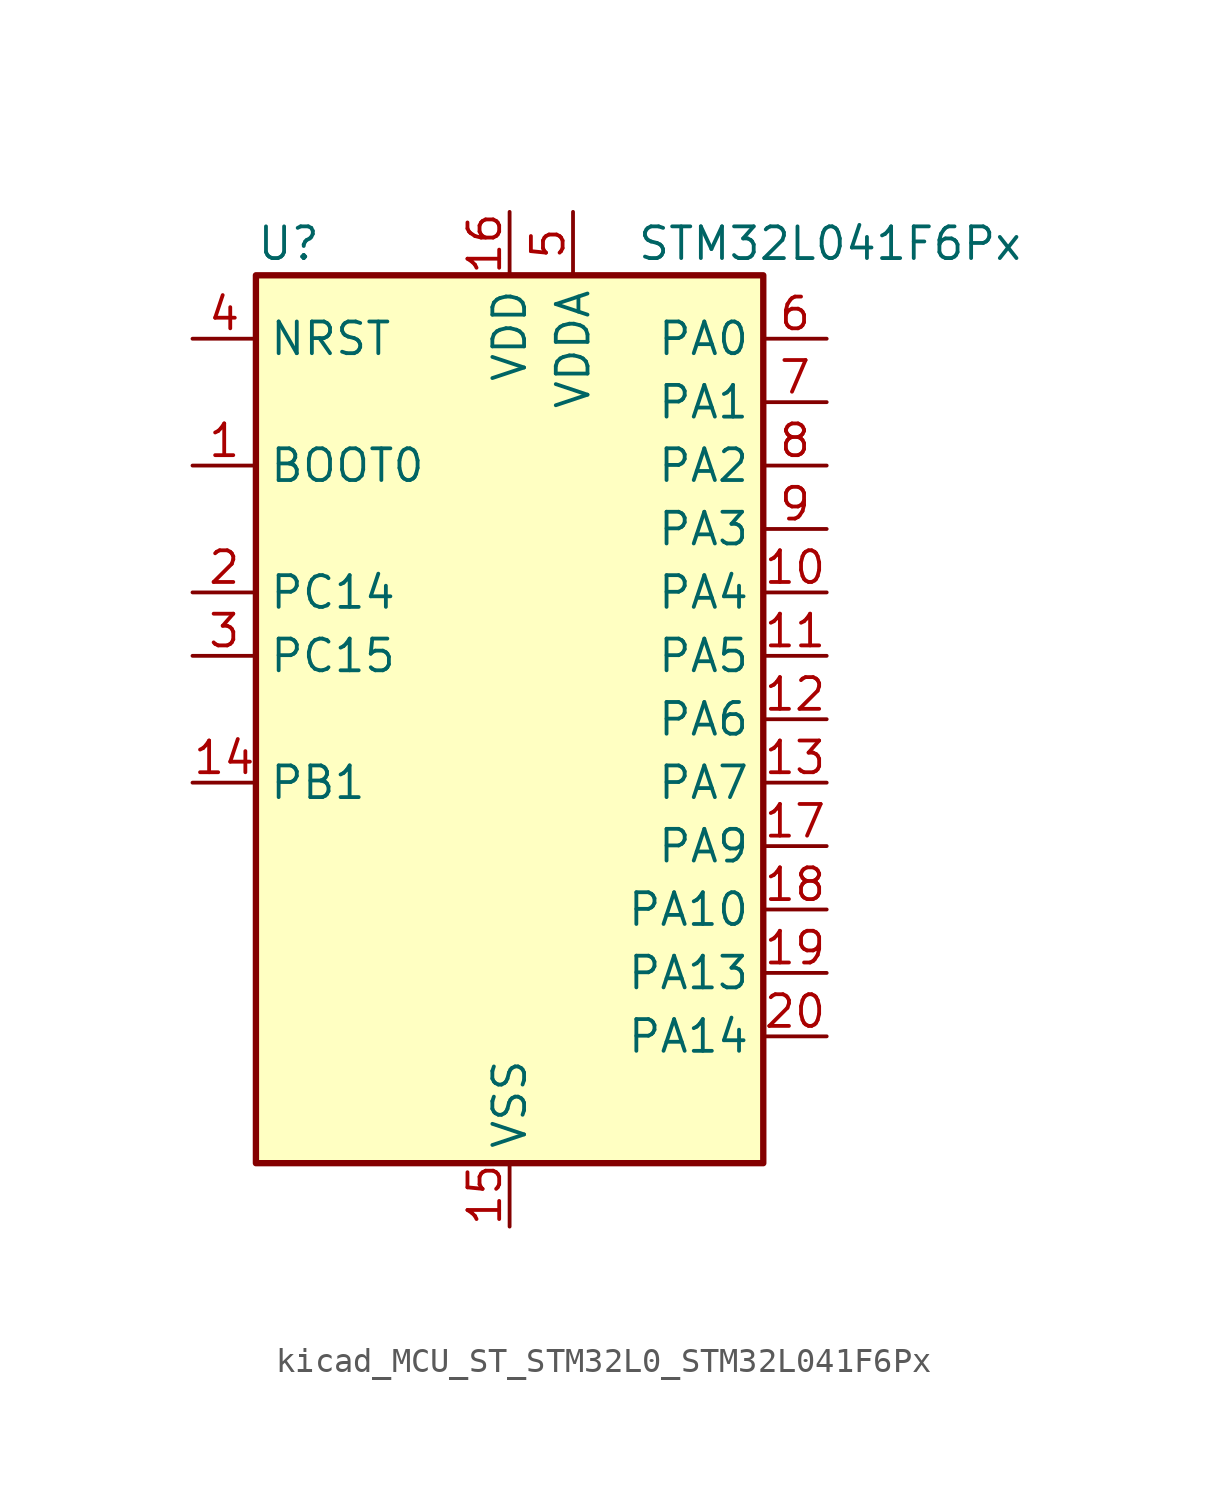
<source format=kicad_sym>
(kicad_symbol_lib
  (version 20220914)
  (generator kicad_symbol_editor)
  (symbol "kicad_MCU_ST_STM32L0_STM32L041F6Px"
    (property "Reference" "U"
      (at -10.16 19.05 0)
      (effects (font (size 1.27 1.27)) (justify left)))
    (property "Value" "STM32L041F6Px"
      (at 5.08 19.05 0)
      (effects (font (size 1.27 1.27)) (justify left)))
    (property "ki_locked" ""
      (at 0 0 0)
      (effects (font (size 1.27 1.27))))
    (symbol "kicad_MCU_ST_STM32L0_STM32L041F6Px_0_1"
      (rectangle (start -10.16 -17.78) (end 10.16 17.78) (stroke (width 0.254) (type default)) (fill (type background))))
    (symbol "kicad_MCU_ST_STM32L0_STM32L041F6Px_1_1"
      (pin input line (at -12.7 10.16 0) (length 2.54) (name "BOOT0" (effects (font (size 1.27 1.27)))) (number "1" (effects (font (size 1.27 1.27)))))
      (pin bidirectional line (at 12.7 5.08 180) (length 2.54) (name "PA4" (effects (font (size 1.27 1.27)))) (number "10" (effects (font (size 1.27 1.27)))) (alternate "ADC_IN4" bidirectional line) (alternate "COMP1_INM" bidirectional line) (alternate "COMP2_INM" bidirectional line) (alternate "LPTIM1_IN1" bidirectional line) (alternate "SPI1_NSS" bidirectional line) (alternate "TIM22_ETR" bidirectional line) (alternate "USART2_CK" bidirectional line))
      (pin bidirectional line (at 12.7 2.54 180) (length 2.54) (name "PA5" (effects (font (size 1.27 1.27)))) (number "11" (effects (font (size 1.27 1.27)))) (alternate "ADC_IN5" bidirectional line) (alternate "COMP1_INM" bidirectional line) (alternate "COMP2_INM" bidirectional line) (alternate "LPTIM1_IN2" bidirectional line) (alternate "SPI1_SCK" bidirectional line) (alternate "TIM2_CH1" bidirectional line) (alternate "TIM2_ETR" bidirectional line))
      (pin bidirectional line (at 12.7 0 180) (length 2.54) (name "PA6" (effects (font (size 1.27 1.27)))) (number "12" (effects (font (size 1.27 1.27)))) (alternate "ADC_IN6" bidirectional line) (alternate "COMP1_OUT" bidirectional line) (alternate "LPTIM1_ETR" bidirectional line) (alternate "LPUART1_CTS" bidirectional line) (alternate "SPI1_MISO" bidirectional line) (alternate "TIM22_CH1" bidirectional line))
      (pin bidirectional line (at 12.7 -2.54 180) (length 2.54) (name "PA7" (effects (font (size 1.27 1.27)))) (number "13" (effects (font (size 1.27 1.27)))) (alternate "ADC_IN7" bidirectional line) (alternate "COMP2_OUT" bidirectional line) (alternate "LPTIM1_OUT" bidirectional line) (alternate "SPI1_MOSI" bidirectional line) (alternate "TIM22_CH2" bidirectional line) (alternate "USART2_CTS" bidirectional line))
      (pin bidirectional line (at -12.7 -2.54 0) (length 2.54) (name "PB1" (effects (font (size 1.27 1.27)))) (number "14" (effects (font (size 1.27 1.27)))) (alternate "ADC_IN9" bidirectional line) (alternate "LPUART1_DE" bidirectional line) (alternate "LPUART1_RTS" bidirectional line) (alternate "SPI1_MOSI" bidirectional line) (alternate "SYS_VREF_OUT_PB1" bidirectional line) (alternate "TIM2_CH4" bidirectional line) (alternate "USART2_CK" bidirectional line))
      (pin power_in line (at 0 -20.32 90) (length 2.54) (name "VSS" (effects (font (size 1.27 1.27)))) (number "15" (effects (font (size 1.27 1.27)))))
      (pin power_in line (at 0 20.32 270) (length 2.54) (name "VDD" (effects (font (size 1.27 1.27)))) (number "16" (effects (font (size 1.27 1.27)))))
      (pin bidirectional line (at 12.7 -5.08 180) (length 2.54) (name "PA9" (effects (font (size 1.27 1.27)))) (number "17" (effects (font (size 1.27 1.27)))) (alternate "I2C1_SCL" bidirectional line) (alternate "RCC_MCO" bidirectional line) (alternate "TIM22_CH1" bidirectional line) (alternate "USART2_TX" bidirectional line))
      (pin bidirectional line (at 12.7 -7.62 180) (length 2.54) (name "PA10" (effects (font (size 1.27 1.27)))) (number "18" (effects (font (size 1.27 1.27)))) (alternate "I2C1_SDA" bidirectional line) (alternate "TIM22_CH2" bidirectional line) (alternate "USART2_RX" bidirectional line))
      (pin bidirectional line (at 12.7 -10.16 180) (length 2.54) (name "PA13" (effects (font (size 1.27 1.27)))) (number "19" (effects (font (size 1.27 1.27)))) (alternate "LPTIM1_ETR" bidirectional line) (alternate "LPUART1_RX" bidirectional line) (alternate "SYS_SWDIO" bidirectional line))
      (pin bidirectional line (at -12.7 5.08 0) (length 2.54) (name "PC14" (effects (font (size 1.27 1.27)))) (number "2" (effects (font (size 1.27 1.27)))) (alternate "RCC_OSC32_IN" bidirectional line))
      (pin bidirectional line (at 12.7 -12.7 180) (length 2.54) (name "PA14" (effects (font (size 1.27 1.27)))) (number "20" (effects (font (size 1.27 1.27)))) (alternate "I2C1_SMBA" bidirectional line) (alternate "LPTIM1_OUT" bidirectional line) (alternate "LPUART1_TX" bidirectional line) (alternate "SYS_SWCLK" bidirectional line) (alternate "USART2_TX" bidirectional line))
      (pin bidirectional line (at -12.7 2.54 0) (length 2.54) (name "PC15" (effects (font (size 1.27 1.27)))) (number "3" (effects (font (size 1.27 1.27)))) (alternate "RCC_OSC32_OUT" bidirectional line))
      (pin input line (at -12.7 15.24 0) (length 2.54) (name "NRST" (effects (font (size 1.27 1.27)))) (number "4" (effects (font (size 1.27 1.27)))))
      (pin power_in line (at 2.54 20.32 270) (length 2.54) (name "VDDA" (effects (font (size 1.27 1.27)))) (number "5" (effects (font (size 1.27 1.27)))))
      (pin bidirectional line (at 12.7 15.24 180) (length 2.54) (name "PA0" (effects (font (size 1.27 1.27)))) (number "6" (effects (font (size 1.27 1.27)))) (alternate "ADC_IN0" bidirectional line) (alternate "COMP1_INM" bidirectional line) (alternate "COMP1_OUT" bidirectional line) (alternate "LPTIM1_IN1" bidirectional line) (alternate "RCC_CK_IN" bidirectional line) (alternate "RTC_TAMP2" bidirectional line) (alternate "SYS_WKUP1" bidirectional line) (alternate "TIM2_CH1" bidirectional line) (alternate "TIM2_ETR" bidirectional line) (alternate "USART2_CTS" bidirectional line))
      (pin bidirectional line (at 12.7 12.7 180) (length 2.54) (name "PA1" (effects (font (size 1.27 1.27)))) (number "7" (effects (font (size 1.27 1.27)))) (alternate "ADC_IN1" bidirectional line) (alternate "COMP1_INP" bidirectional line) (alternate "I2C1_SMBA" bidirectional line) (alternate "LPTIM1_IN2" bidirectional line) (alternate "TIM21_ETR" bidirectional line) (alternate "TIM2_CH2" bidirectional line) (alternate "USART2_DE" bidirectional line) (alternate "USART2_RTS" bidirectional line))
      (pin bidirectional line (at 12.7 10.16 180) (length 2.54) (name "PA2" (effects (font (size 1.27 1.27)))) (number "8" (effects (font (size 1.27 1.27)))) (alternate "ADC_IN2" bidirectional line) (alternate "COMP2_INM" bidirectional line) (alternate "COMP2_OUT" bidirectional line) (alternate "LPUART1_TX" bidirectional line) (alternate "RTC_OUT_ALARM" bidirectional line) (alternate "RTC_OUT_CALIB" bidirectional line) (alternate "RTC_TAMP3" bidirectional line) (alternate "RTC_TS" bidirectional line) (alternate "SYS_WKUP3" bidirectional line) (alternate "TIM21_CH1" bidirectional line) (alternate "TIM2_CH3" bidirectional line) (alternate "USART2_TX" bidirectional line))
      (pin bidirectional line (at 12.7 7.62 180) (length 2.54) (name "PA3" (effects (font (size 1.27 1.27)))) (number "9" (effects (font (size 1.27 1.27)))) (alternate "ADC_IN3" bidirectional line) (alternate "COMP2_INP" bidirectional line) (alternate "LPUART1_RX" bidirectional line) (alternate "TIM21_CH2" bidirectional line) (alternate "TIM2_CH4" bidirectional line) (alternate "USART2_RX" bidirectional line)))))
</source>
